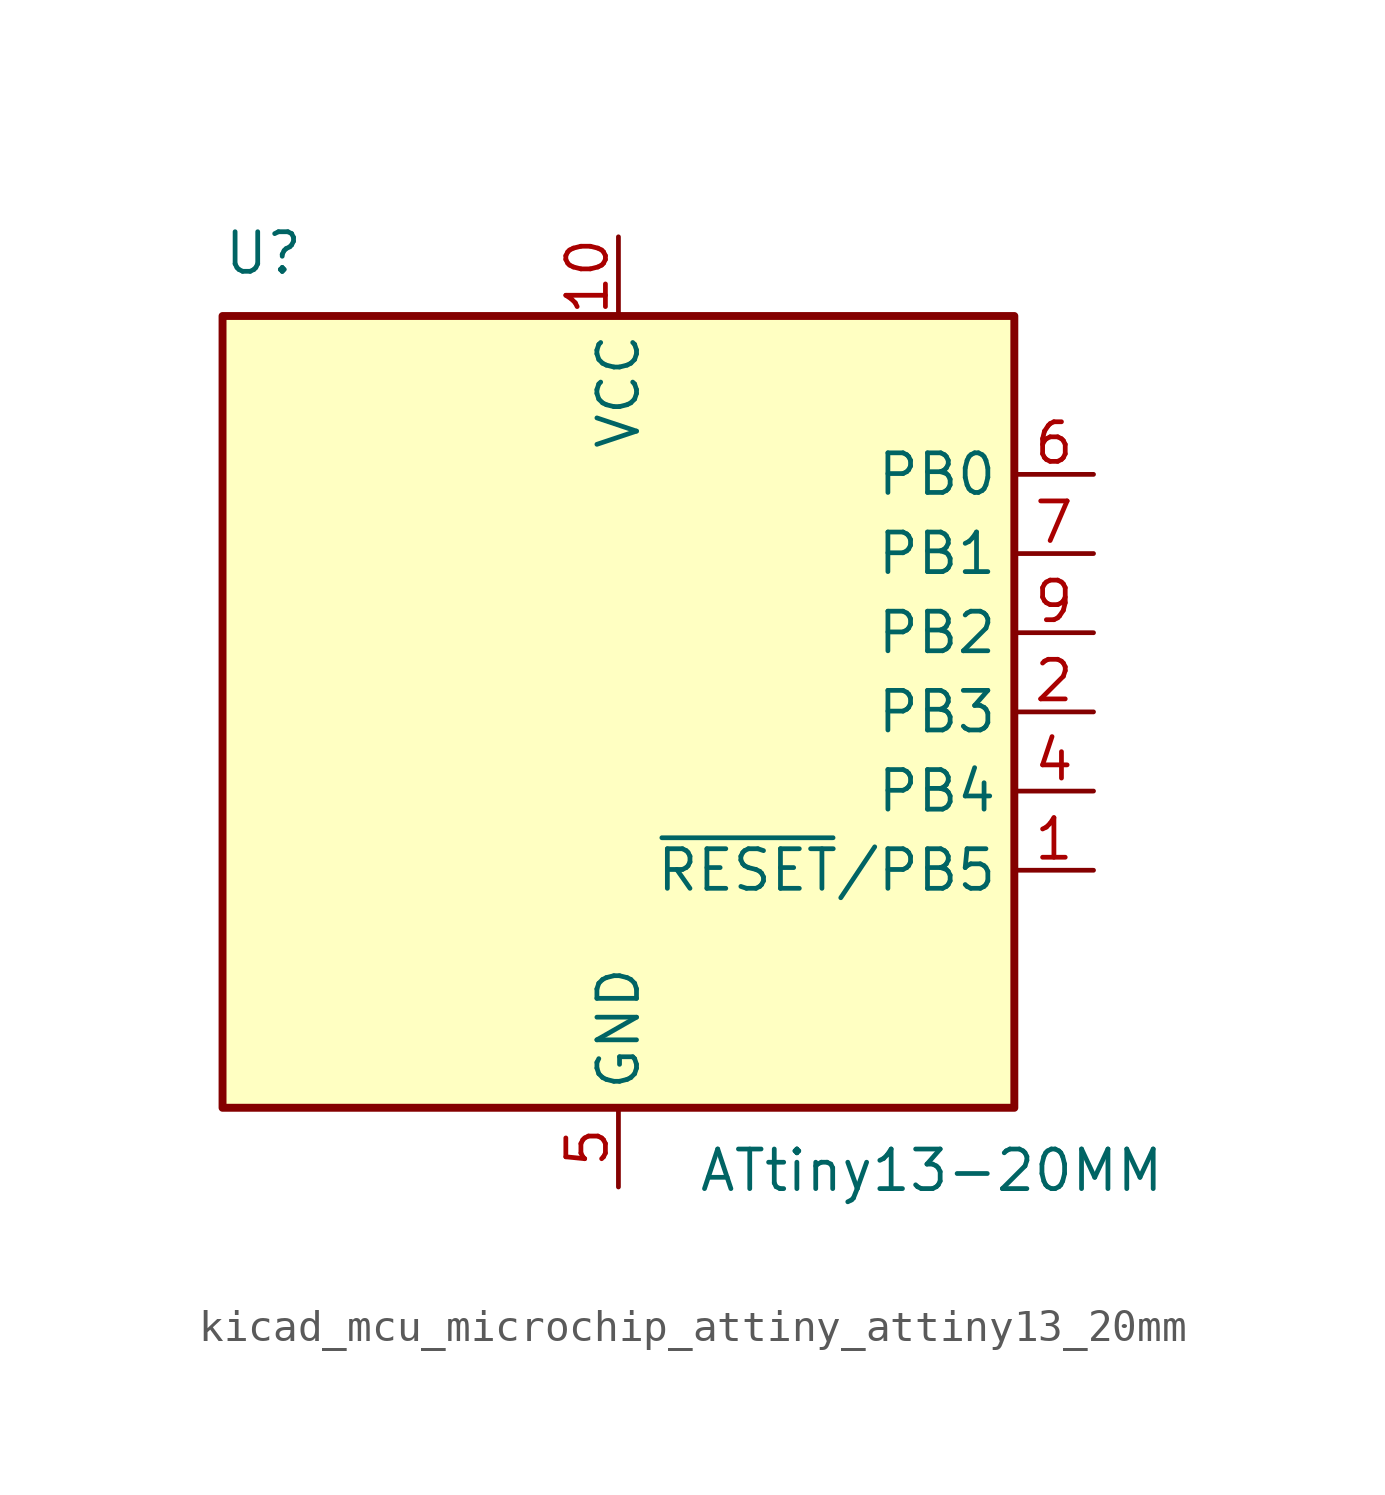
<source format=kicad_sym>
(kicad_symbol_lib
  (version 20220914)
  (generator kicad_symbol_editor)
  (symbol "kicad_mcu_microchip_attiny_attiny13_20mm"
    (property "Reference" "U"
      (at -12.7 13.97 0)
      (effects (font (size 1.27 1.27)) (justify left bottom)))
    (property "Value" "ATtiny13-20MM"
      (at 2.54 -13.97 0)
      (effects (font (size 1.27 1.27)) (justify left top)))
    (symbol "kicad_mcu_microchip_attiny_attiny13_20mm_0_1"
      (rectangle (start -12.7 -12.7) (end 12.7 12.7) (stroke (width 0.254) (type default)) (fill (type background))))
    (symbol "kicad_mcu_microchip_attiny_attiny13_20mm_1_1"
      (pin bidirectional line (at 15.24 -5.08 180) (length 2.54) (name "~{RESET}/PB5" (effects (font (size 1.27 1.27)))) (number "1" (effects (font (size 1.27 1.27)))))
      (pin power_in line (at 0 15.24 270) (length 2.54) (name "VCC" (effects (font (size 1.27 1.27)))) (number "10" (effects (font (size 1.27 1.27)))))
      (pin passive line (at 0 -15.24 90) (length 2.54) hide (name "GND" (effects (font (size 1.27 1.27)))) (number "11" (effects (font (size 1.27 1.27)))))
      (pin bidirectional line (at 15.24 0 180) (length 2.54) (name "PB3" (effects (font (size 1.27 1.27)))) (number "2" (effects (font (size 1.27 1.27)))))
      (pin no_connect line (at -12.7 -7.62 0) (length 2.54) hide (name "NC" (effects (font (size 1.27 1.27)))) (number "3" (effects (font (size 1.27 1.27)))))
      (pin bidirectional line (at 15.24 -2.54 180) (length 2.54) (name "PB4" (effects (font (size 1.27 1.27)))) (number "4" (effects (font (size 1.27 1.27)))))
      (pin power_in line (at 0 -15.24 90) (length 2.54) (name "GND" (effects (font (size 1.27 1.27)))) (number "5" (effects (font (size 1.27 1.27)))))
      (pin bidirectional line (at 15.24 7.62 180) (length 2.54) (name "PB0" (effects (font (size 1.27 1.27)))) (number "6" (effects (font (size 1.27 1.27)))))
      (pin bidirectional line (at 15.24 5.08 180) (length 2.54) (name "PB1" (effects (font (size 1.27 1.27)))) (number "7" (effects (font (size 1.27 1.27)))))
      (pin no_connect line (at -12.7 -10.16 0) (length 2.54) hide (name "NC" (effects (font (size 1.27 1.27)))) (number "8" (effects (font (size 1.27 1.27)))))
      (pin bidirectional line (at 15.24 2.54 180) (length 2.54) (name "PB2" (effects (font (size 1.27 1.27)))) (number "9" (effects (font (size 1.27 1.27))))))))
</source>
